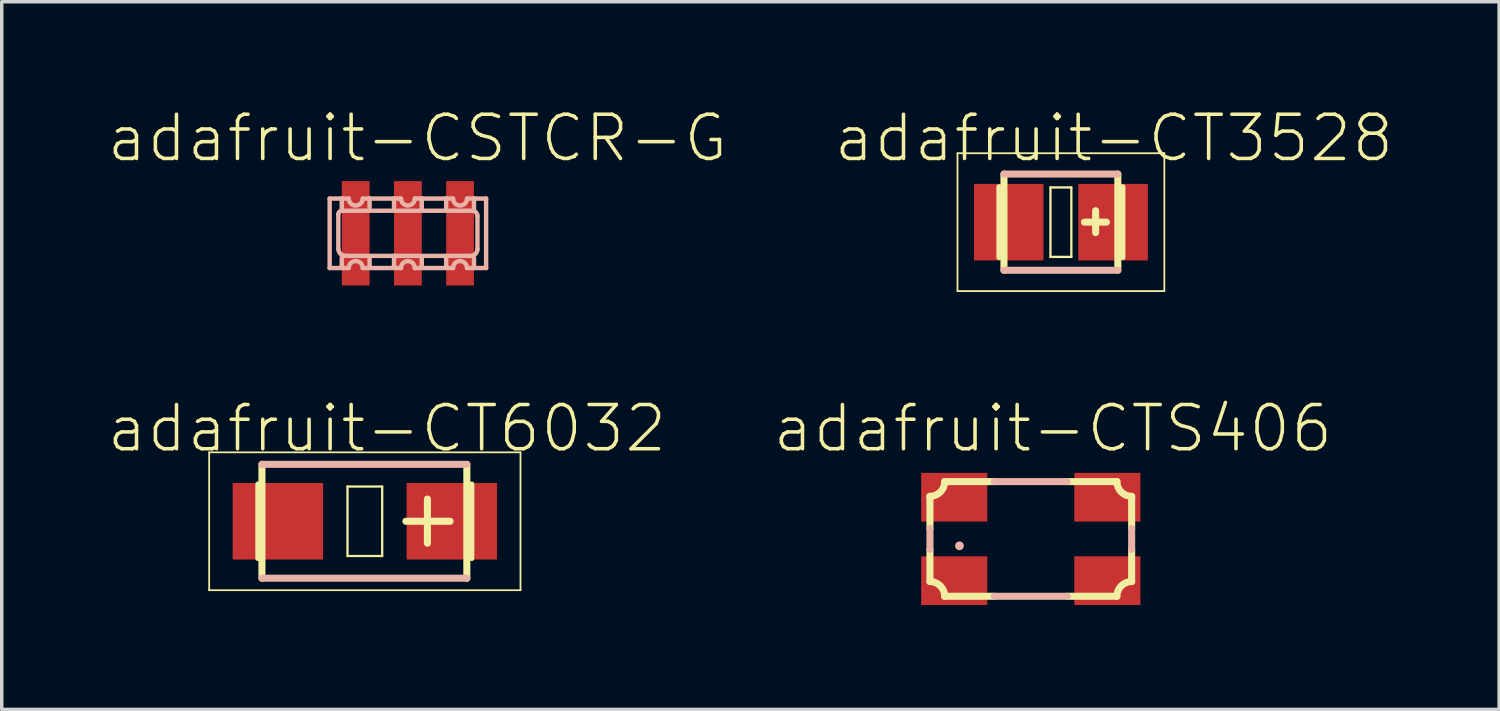
<source format=kicad_pcb>
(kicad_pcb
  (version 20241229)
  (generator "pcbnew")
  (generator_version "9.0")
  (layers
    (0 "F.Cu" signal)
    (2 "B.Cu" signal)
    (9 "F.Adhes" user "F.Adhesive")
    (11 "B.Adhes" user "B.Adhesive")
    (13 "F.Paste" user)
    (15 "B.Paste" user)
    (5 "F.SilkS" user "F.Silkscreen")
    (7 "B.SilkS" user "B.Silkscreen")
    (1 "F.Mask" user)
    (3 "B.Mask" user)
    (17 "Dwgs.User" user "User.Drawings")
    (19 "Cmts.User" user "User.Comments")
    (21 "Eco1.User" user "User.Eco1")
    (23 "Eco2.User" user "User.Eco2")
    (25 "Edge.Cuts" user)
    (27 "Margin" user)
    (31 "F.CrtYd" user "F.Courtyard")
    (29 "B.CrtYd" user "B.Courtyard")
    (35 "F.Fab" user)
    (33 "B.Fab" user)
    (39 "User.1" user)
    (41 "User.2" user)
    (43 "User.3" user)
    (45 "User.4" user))
  (footprint "adafruit-CT6032"
    (layer "F.Cu")
    (at 7.434 11.929)
    (property "Reference" "adafruit-CT6032" (at 0.635 -2.667 0) (layer "F.SilkS") (effects (font (size 1.27 1.27) (thickness 0.102))))
    (attr smd)
    (fp_line (start -4.473 -1.981) (end 4.473 -1.981) (stroke (width 0.051) (type solid)) (layer "F.SilkS"))
    (fp_line (start -4.473 1.981) (end -4.473 -1.981) (stroke (width 0.051) (type solid)) (layer "F.SilkS"))
    (fp_line (start -3.071 1.067) (end -3.071 -1.067) (stroke (width 0.152) (type solid)) (layer "F.SilkS"))
    (fp_line (start -2.957 -1.636) (end -2.957 1.636) (stroke (width 0.203) (type solid)) (layer "F.SilkS"))
    (fp_line (start -0.498 -0.998) (end 0.498 -0.998) (stroke (width 0.066) (type solid)) (layer "F.SilkS"))
    (fp_line (start -0.498 0.998) (end -0.498 -0.998) (stroke (width 0.066) (type solid)) (layer "F.SilkS"))
    (fp_line (start -0.498 0.998) (end 0.498 0.998) (stroke (width 0.066) (type solid)) (layer "F.SilkS"))
    (fp_line (start 0.498 0.998) (end 0.498 -0.998) (stroke (width 0.066) (type solid)) (layer "F.SilkS"))
    (fp_line (start 1.179 0) (end 2.449 0) (stroke (width 0.203) (type solid)) (layer "F.SilkS"))
    (fp_line (start 1.798 0.63) (end 1.798 -0.638) (stroke (width 0.203) (type solid)) (layer "F.SilkS"))
    (fp_line (start 2.931 -1.636) (end 2.931 1.636) (stroke (width 0.203) (type solid)) (layer "F.SilkS"))
    (fp_line (start 3.071 1.067) (end 3.071 -1.067) (stroke (width 0.152) (type solid)) (layer "F.SilkS"))
    (fp_line (start 4.473 -1.981) (end 4.473 1.981) (stroke (width 0.051) (type solid)) (layer "F.SilkS"))
    (fp_line (start 4.473 1.981) (end -4.473 1.981) (stroke (width 0.051) (type solid)) (layer "F.SilkS"))
    (fp_line (start -2.957 -1.636) (end 2.931 -1.636) (stroke (width 0.203) (type solid)) (layer "B.SilkS"))
    (fp_line (start -2.957 1.636) (end 2.931 1.636) (stroke (width 0.203) (type solid)) (layer "B.SilkS"))
    (pad "+" smd rect (at 2.499 0) (size 2.598 2.2) (layers "F.Cu" "F.Mask" "F.Paste"))
    (pad "-" smd rect (at -2.499 0) (size 2.598 2.2) (layers "F.Cu" "F.Mask" "F.Paste")))
  (footprint "adafruit-CT3528"
    (layer "F.Cu")
    (at 27.436 3.334)
    (property "Reference" "adafruit-CT3528" (at 1.524 -2.413 0) (layer "F.SilkS") (effects (font (size 1.27 1.27) (thickness 0.102))))
    (attr smd)
    (fp_line (start -2.972 -1.981) (end 2.972 -1.981) (stroke (width 0.051) (type solid)) (layer "F.SilkS"))
    (fp_line (start -2.972 1.981) (end -2.972 -1.981) (stroke (width 0.051) (type solid)) (layer "F.SilkS"))
    (fp_line (start -1.778 1.016) (end -1.778 -1.016) (stroke (width 0.152) (type solid)) (layer "F.SilkS"))
    (fp_line (start -1.636 -1.382) (end -1.636 1.382) (stroke (width 0.203) (type solid)) (layer "F.SilkS"))
    (fp_line (start -0.3 -0.998) (end 0.3 -0.998) (stroke (width 0.066) (type solid)) (layer "F.SilkS"))
    (fp_line (start -0.3 0.998) (end -0.3 -0.998) (stroke (width 0.066) (type solid)) (layer "F.SilkS"))
    (fp_line (start -0.3 0.998) (end 0.3 0.998) (stroke (width 0.066) (type solid)) (layer "F.SilkS"))
    (fp_line (start 0.3 0.998) (end 0.3 -0.998) (stroke (width 0.066) (type solid)) (layer "F.SilkS"))
    (fp_line (start 0.678 0) (end 1.308 0) (stroke (width 0.203) (type solid)) (layer "F.SilkS"))
    (fp_line (start 0.998 0.3) (end 0.998 -0.328) (stroke (width 0.203) (type solid)) (layer "F.SilkS"))
    (fp_line (start 1.636 -1.382) (end 1.636 1.382) (stroke (width 0.203) (type solid)) (layer "F.SilkS"))
    (fp_line (start 1.778 1.016) (end 1.778 -1.016) (stroke (width 0.152) (type solid)) (layer "F.SilkS"))
    (fp_line (start 2.972 -1.981) (end 2.972 1.981) (stroke (width 0.051) (type solid)) (layer "F.SilkS"))
    (fp_line (start 2.972 1.981) (end -2.972 1.981) (stroke (width 0.051) (type solid)) (layer "F.SilkS"))
    (fp_line (start -1.636 -1.382) (end 1.636 -1.382) (stroke (width 0.203) (type solid)) (layer "B.SilkS"))
    (fp_line (start -1.636 1.382) (end 1.636 1.382) (stroke (width 0.203) (type solid)) (layer "B.SilkS"))
    (pad "+" smd rect (at 1.499 0) (size 1.999 2.2) (layers "F.Cu" "F.Mask" "F.Paste"))
    (pad "-" smd rect (at -1.499 0) (size 1.999 2.2) (layers "F.Cu" "F.Mask" "F.Paste")))
  (footprint "adafruit-CSTCR-G"
    (layer "F.Cu")
    (at 8.671 3.654)
    (property "Reference" "adafruit-CSTCR-G" (at 0.274 -2.733 0) (layer "F.SilkS") (effects (font (size 1.27 1.27) (thickness 0.102))))
    (attr smd)
    (fp_line (start -2.248 -0.998) (end -1.9 -0.998) (stroke (width 0.127) (type solid)) (layer "B.SilkS"))
    (fp_line (start -2.248 0.998) (end -2.248 -0.998) (stroke (width 0.127) (type solid)) (layer "B.SilkS"))
    (fp_line (start -1.999 -0.549) (end -1.999 0.45) (stroke (width 0.127) (type solid)) (layer "B.SilkS"))
    (fp_line (start -1.9 -0.998) (end -1.9 -0.699) (stroke (width 0.127) (type solid)) (layer "B.SilkS"))
    (fp_line (start -1.9 -0.998) (end -1.699 -0.998) (stroke (width 0.127) (type solid)) (layer "B.SilkS"))
    (fp_line (start -1.9 0.699) (end -1.9 0.95) (stroke (width 0.127) (type solid)) (layer "B.SilkS"))
    (fp_line (start -1.798 0.648) (end -0.399 0.648) (stroke (width 0.127) (type solid)) (layer "B.SilkS"))
    (fp_line (start -1.699 0.998) (end -2.248 0.998) (stroke (width 0.127) (type solid)) (layer "B.SilkS"))
    (fp_line (start -1.298 -0.998) (end -1.1 -0.998) (stroke (width 0.127) (type solid)) (layer "B.SilkS"))
    (fp_line (start -1.1 -0.998) (end -1.1 -0.648) (stroke (width 0.127) (type solid)) (layer "B.SilkS"))
    (fp_line (start -1.1 -0.998) (end -0.399 -0.998) (stroke (width 0.127) (type solid)) (layer "B.SilkS"))
    (fp_line (start -1.1 -0.648) (end -1.9 -0.648) (stroke (width 0.127) (type solid)) (layer "B.SilkS"))
    (fp_line (start -1.1 0.699) (end -1.1 0.95) (stroke (width 0.127) (type solid)) (layer "B.SilkS"))
    (fp_line (start -0.399 -0.998) (end -0.399 -0.699) (stroke (width 0.127) (type solid)) (layer "B.SilkS"))
    (fp_line (start -0.399 -0.998) (end -0.198 -0.998) (stroke (width 0.127) (type solid)) (layer "B.SilkS"))
    (fp_line (start -0.399 0.648) (end -0.399 0.95) (stroke (width 0.127) (type solid)) (layer "B.SilkS"))
    (fp_line (start -0.399 0.648) (end 1.798 0.648) (stroke (width 0.127) (type solid)) (layer "B.SilkS"))
    (fp_line (start -0.198 0.998) (end -1.298 0.998) (stroke (width 0.127) (type solid)) (layer "B.SilkS"))
    (fp_line (start 0.198 -0.998) (end 0.399 -0.998) (stroke (width 0.127) (type solid)) (layer "B.SilkS"))
    (fp_line (start 0.399 -0.998) (end 0.399 -0.699) (stroke (width 0.127) (type solid)) (layer "B.SilkS"))
    (fp_line (start 0.399 -0.998) (end 1.1 -0.998) (stroke (width 0.127) (type solid)) (layer "B.SilkS"))
    (fp_line (start 0.399 0.699) (end 0.399 0.95) (stroke (width 0.127) (type solid)) (layer "B.SilkS"))
    (fp_line (start 1.1 -0.998) (end 1.1 -0.699) (stroke (width 0.127) (type solid)) (layer "B.SilkS"))
    (fp_line (start 1.1 -0.998) (end 1.298 -0.998) (stroke (width 0.127) (type solid)) (layer "B.SilkS"))
    (fp_line (start 1.1 0.699) (end 1.1 0.95) (stroke (width 0.127) (type solid)) (layer "B.SilkS"))
    (fp_line (start 1.298 0.998) (end 0.198 0.998) (stroke (width 0.127) (type solid)) (layer "B.SilkS"))
    (fp_line (start 1.699 -0.998) (end 1.9 -0.998) (stroke (width 0.127) (type solid)) (layer "B.SilkS"))
    (fp_line (start 1.849 -0.648) (end -1.1 -0.648) (stroke (width 0.127) (type solid)) (layer "B.SilkS"))
    (fp_line (start 1.9 -0.998) (end 1.9 -0.699) (stroke (width 0.127) (type solid)) (layer "B.SilkS"))
    (fp_line (start 1.9 -0.998) (end 2.248 -0.998) (stroke (width 0.127) (type solid)) (layer "B.SilkS"))
    (fp_line (start 1.9 0.699) (end 1.9 0.95) (stroke (width 0.127) (type solid)) (layer "B.SilkS"))
    (fp_line (start 1.999 0.45) (end 1.999 -0.498) (stroke (width 0.127) (type solid)) (layer "B.SilkS"))
    (fp_line (start 2.248 -0.998) (end 2.248 0.998) (stroke (width 0.127) (type solid)) (layer "B.SilkS"))
    (fp_line (start 2.248 0.998) (end 1.699 0.998) (stroke (width 0.127) (type solid)) (layer "B.SilkS"))
    (fp_arc (start -1.99898 -0.54864) (mid -1.969966 -0.618686) (end -1.89992 -0.6477) (stroke (width 0.127) (type solid)) (layer "B.SilkS"))
    (fp_arc (start -1.79832 0.6477) (mid -1.938412 0.589672) (end -1.99644 0.44958) (stroke (width 0.127) (type solid)) (layer "B.SilkS"))
    (fp_arc (start -1.69926 0.99822) (mid -1.4986 0.79756) (end -1.29794 0.99822) (stroke (width 0.127) (type solid)) (layer "B.SilkS"))
    (fp_arc (start -1.29794 -0.99822) (mid -1.4986 -0.79756) (end -1.69926 -0.99822) (stroke (width 0.127) (type solid)) (layer "B.SilkS"))
    (fp_arc (start -0.19812 0.99822) (mid 0 0.8001) (end 0.19812 0.99822) (stroke (width 0.127) (type solid)) (layer "B.SilkS"))
    (fp_arc (start 0.19812 -0.99822) (mid 0 -0.8001) (end -0.19812 -0.99822) (stroke (width 0.127) (type solid)) (layer "B.SilkS"))
    (fp_arc (start 1.29794 0.99822) (mid 1.4986 0.79756) (end 1.69926 0.99822) (stroke (width 0.127) (type solid)) (layer "B.SilkS"))
    (fp_arc (start 1.69926 -0.99822) (mid 1.4986 -0.79756) (end 1.29794 -0.99822) (stroke (width 0.127) (type solid)) (layer "B.SilkS"))
    (fp_arc (start 1.84912 -0.6477) (mid 1.955087 -0.603807) (end 1.99898 -0.49784) (stroke (width 0.127) (type solid)) (layer "B.SilkS"))
    (fp_arc (start 1.99898 0.44958) (mid 1.940208 0.591468) (end 1.79832 0.65024) (stroke (width 0.127) (type solid)) (layer "B.SilkS"))
    (pad "1" smd rect (at -1.499 0 90) (size 3 0.798) (layers "F.Cu" "F.Mask" "F.Paste"))
    (pad "2" smd rect (at 0 0 90) (size 3 0.798) (layers "F.Cu" "F.Mask" "F.Paste"))
    (pad "3" smd rect (at 1.499 0 90) (size 3 0.798) (layers "F.Cu" "F.Mask" "F.Paste")))
  (footprint "adafruit-CTS406"
    (layer "F.Cu")
    (at 26.571 12.437)
    (property "Reference" "adafruit-CTS406" (at 0.635 -3.175 0) (layer "F.SilkS") (effects (font (size 1.27 1.27) (thickness 0.102))))
    (attr smd)
    (fp_line (start -2.898 -0.3) (end -2.898 -1.224) (stroke (width 0.203) (type solid)) (layer "F.SilkS"))
    (fp_line (start -2.898 1.224) (end -2.898 0.3) (stroke (width 0.203) (type solid)) (layer "F.SilkS"))
    (fp_line (start -2.474 -1.648) (end -1.049 -1.648) (stroke (width 0.203) (type solid)) (layer "F.SilkS"))
    (fp_line (start -1.049 1.648) (end -2.474 1.648) (stroke (width 0.203) (type solid)) (layer "F.SilkS"))
    (fp_line (start 1.049 -1.648) (end 2.474 -1.648) (stroke (width 0.203) (type solid)) (layer "F.SilkS"))
    (fp_line (start 2.474 1.648) (end 1.049 1.648) (stroke (width 0.203) (type solid)) (layer "F.SilkS"))
    (fp_line (start 2.898 -1.224) (end 2.898 -0.3) (stroke (width 0.203) (type solid)) (layer "F.SilkS"))
    (fp_line (start 2.898 0.3) (end 2.898 1.224) (stroke (width 0.203) (type solid)) (layer "F.SilkS"))
    (fp_arc (start -2.89814 1.22428) (mid -2.598459 1.349738) (end -2.473954 1.649816) (stroke (width 0.2032) (type solid)) (layer "F.SilkS"))
    (fp_arc (start -2.47396 -1.64846) (mid -2.599418 -1.348779) (end -2.899496 -1.224274) (stroke (width 0.2032) (type solid)) (layer "F.SilkS"))
    (fp_arc (start 2.47396 1.64846) (mid 2.599418 1.348779) (end 2.899496 1.224274) (stroke (width 0.2032) (type solid)) (layer "F.SilkS"))
    (fp_arc (start 2.89814 -1.22428) (mid 2.598459 -1.349738) (end 2.473954 -1.649816) (stroke (width 0.2032) (type solid)) (layer "F.SilkS"))
    (fp_line (start -2.898 0.3) (end -2.898 -0.3) (stroke (width 0.203) (type solid)) (layer "B.SilkS"))
    (fp_line (start -1.049 -1.648) (end 1.049 -1.648) (stroke (width 0.203) (type solid)) (layer "B.SilkS"))
    (fp_line (start 1.049 1.648) (end -1.049 1.648) (stroke (width 0.203) (type solid)) (layer "B.SilkS"))
    (fp_line (start 2.898 -0.3) (end 2.898 0.3) (stroke (width 0.203) (type solid)) (layer "B.SilkS"))
    (fp_circle (center -2.05 0.198) (end -2.139 0.287) (stroke (width 0) (type solid)) (fill yes) (layer "B.SilkS"))
    (pad "1" smd rect (at -2.2 1.199) (size 1.9 1.4) (layers "F.Cu" "F.Mask" "F.Paste"))
    (pad "2" smd rect (at 2.2 1.199) (size 1.9 1.4) (layers "F.Cu" "F.Mask" "F.Paste"))
    (pad "3" smd rect (at 2.2 -1.199) (size 1.9 1.4) (layers "F.Cu" "F.Mask" "F.Paste"))
    (pad "4" smd rect (at -2.2 -1.199) (size 1.9 1.4) (layers "F.Cu" "F.Mask" "F.Paste")))
  (gr_rect
    (start -3 -3)
    (end 40.029 17.336)
    (stroke (width 0.1) (type default))
    (fill no)
    (layer "Edge.Cuts")))
</source>
